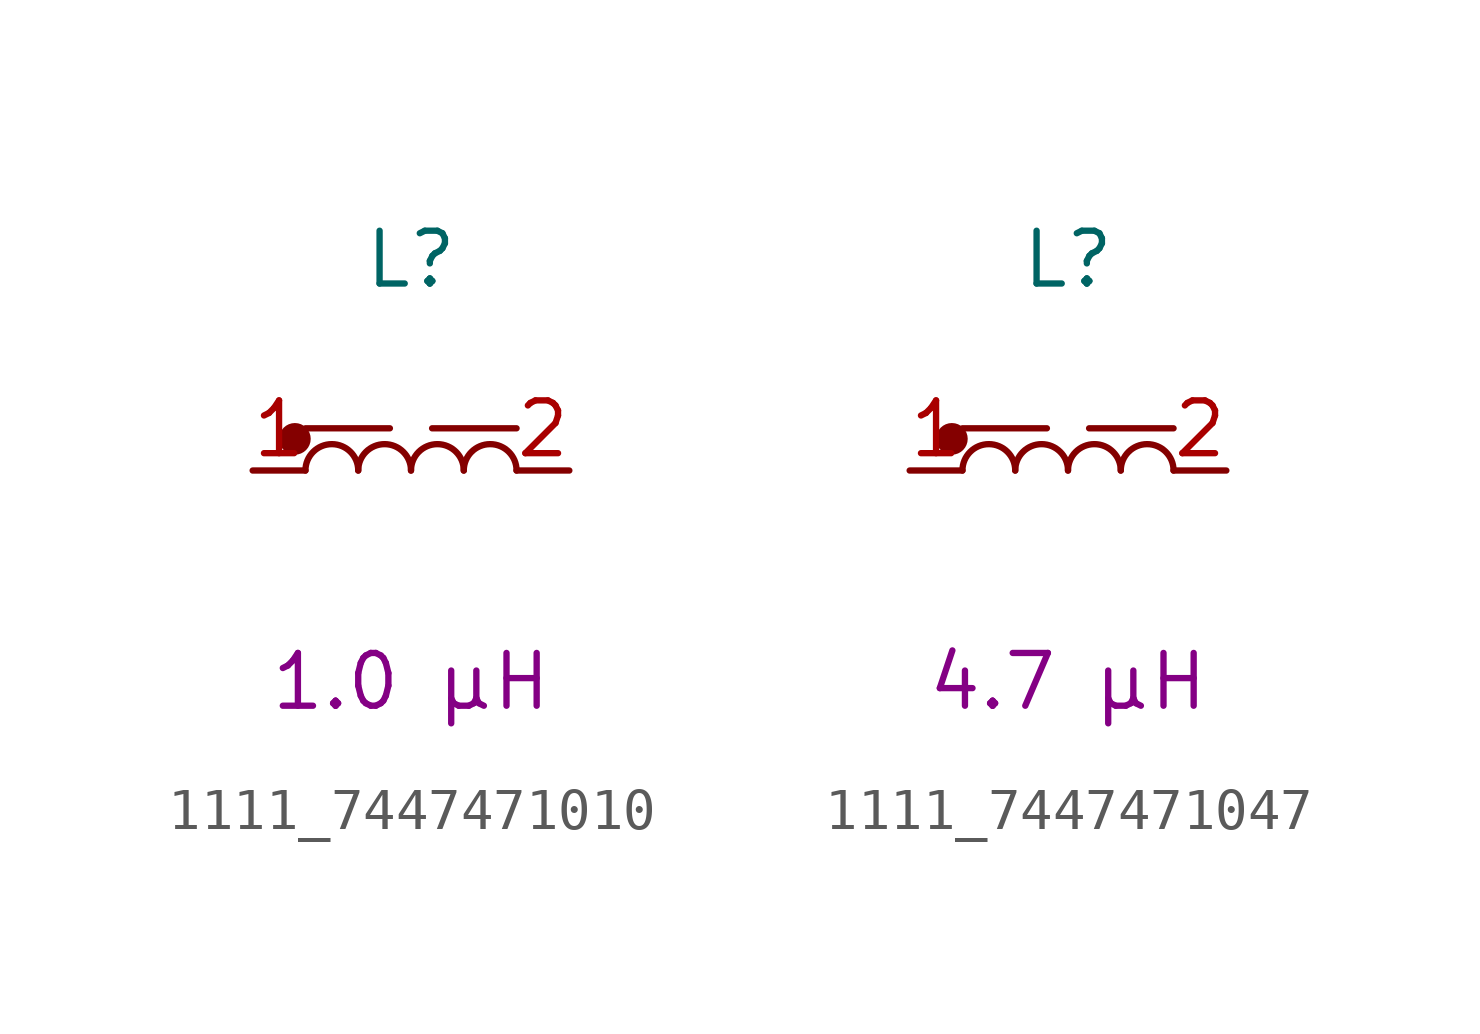
<source format=kicad_sym>
(kicad_symbol_lib
  (version 20220914)
  (generator kicad_symbol_editor)
  (symbol "1111_7447471010"
    (pin_names hide)
    (property "Reference" "L"
      (at 0 5.08 0)
      (effects (font (size 1.27 1.27))))
    (property "Critical Parameter" "1.0 µH"
      (at 0 -5.08 0)
      (effects (font (size 1.27 1.27))))
    (symbol "1111_7447471010_0_1"
      (arc (start -1.27 0) (mid -1.905 0.6323) (end -2.54 0) (stroke (width 0) (type default)) (fill (type none)))
      (arc (start 0 0) (mid -0.635 0.6323) (end -1.27 0) (stroke (width 0) (type default)) (fill (type none)))
      (polyline (pts (xy -2.54 1.016) (xy -0.508 1.016)) (stroke (width 0) (type default)) (fill (type none)))
      (arc (start 1.27 0) (mid 0.635 0.6323) (end 0 0) (stroke (width 0) (type default)) (fill (type none)))
      (arc (start 2.54 0) (mid 1.905 0.6323) (end 1.27 0) (stroke (width 0) (type default)) (fill (type none))))
    (symbol "1111_7447471010_1_1"
      (circle (center -2.794 0.762) (radius 0.0001) (stroke (width 0.381) (type default)) (fill (type none)))
      (polyline (pts (xy 2.54 1.016) (xy 0.508 1.016)) (stroke (width 0) (type default)) (fill (type none)))
      (pin passive line (at -3.81 0 0) (length 1.27) (name "1" (effects (font (size 1.27 1.27)))) (number "1" (effects (font (size 1.27 1.27)))))
      (pin passive line (at 3.81 0 180) (length 1.27) (name "2" (effects (font (size 1.27 1.27)))) (number "2" (effects (font (size 1.27 1.27)))))))
  (symbol "1111_7447471047"
    (pin_names hide)
    (property "Reference" "L"
      (at 0 5.08 0)
      (effects (font (size 1.27 1.27))))
    (property "Critical Parameter" "4.7 µH"
      (at 0 -5.08 0)
      (effects (font (size 1.27 1.27))))
    (symbol "1111_7447471047_0_1"
      (arc (start -1.27 0) (mid -1.905 0.6323) (end -2.54 0) (stroke (width 0) (type default)) (fill (type none)))
      (arc (start 0 0) (mid -0.635 0.6323) (end -1.27 0) (stroke (width 0) (type default)) (fill (type none)))
      (polyline (pts (xy -2.54 1.016) (xy -0.508 1.016)) (stroke (width 0) (type default)) (fill (type none)))
      (arc (start 1.27 0) (mid 0.635 0.6323) (end 0 0) (stroke (width 0) (type default)) (fill (type none)))
      (arc (start 2.54 0) (mid 1.905 0.6323) (end 1.27 0) (stroke (width 0) (type default)) (fill (type none))))
    (symbol "1111_7447471047_1_1"
      (circle (center -2.794 0.762) (radius 0.0001) (stroke (width 0.381) (type default)) (fill (type none)))
      (polyline (pts (xy 2.54 1.016) (xy 0.508 1.016)) (stroke (width 0) (type default)) (fill (type none)))
      (pin passive line (at -3.81 0 0) (length 1.27) (name "1" (effects (font (size 1.27 1.27)))) (number "1" (effects (font (size 1.27 1.27)))))
      (pin passive line (at 3.81 0 180) (length 1.27) (name "2" (effects (font (size 1.27 1.27)))) (number "2" (effects (font (size 1.27 1.27))))))))
</source>
